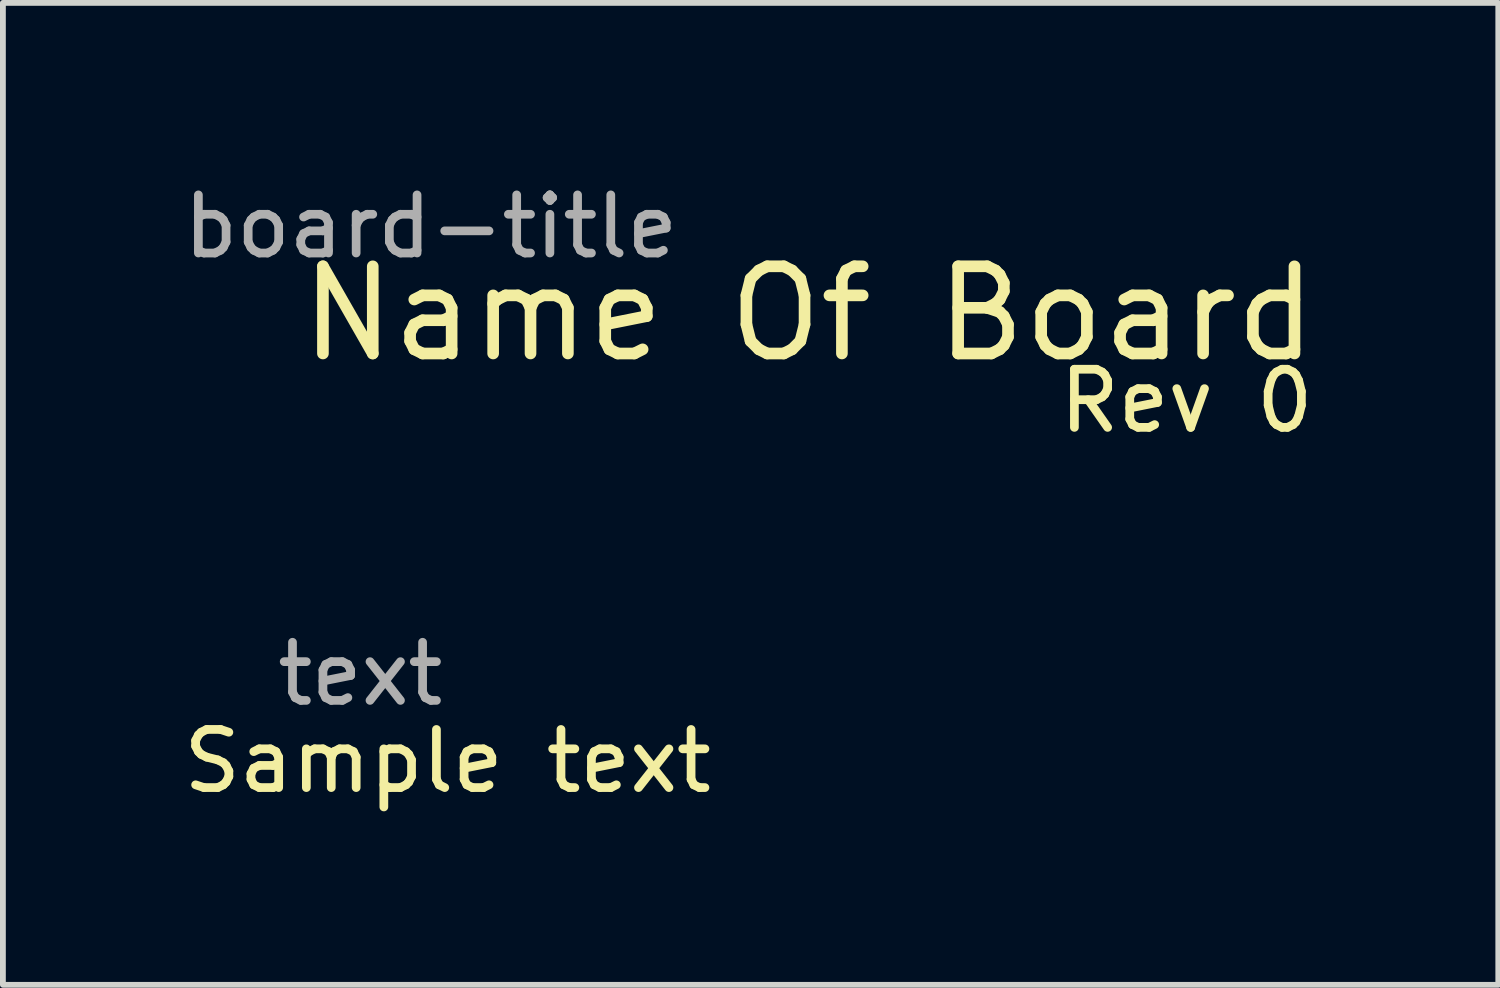
<source format=kicad_pcb>
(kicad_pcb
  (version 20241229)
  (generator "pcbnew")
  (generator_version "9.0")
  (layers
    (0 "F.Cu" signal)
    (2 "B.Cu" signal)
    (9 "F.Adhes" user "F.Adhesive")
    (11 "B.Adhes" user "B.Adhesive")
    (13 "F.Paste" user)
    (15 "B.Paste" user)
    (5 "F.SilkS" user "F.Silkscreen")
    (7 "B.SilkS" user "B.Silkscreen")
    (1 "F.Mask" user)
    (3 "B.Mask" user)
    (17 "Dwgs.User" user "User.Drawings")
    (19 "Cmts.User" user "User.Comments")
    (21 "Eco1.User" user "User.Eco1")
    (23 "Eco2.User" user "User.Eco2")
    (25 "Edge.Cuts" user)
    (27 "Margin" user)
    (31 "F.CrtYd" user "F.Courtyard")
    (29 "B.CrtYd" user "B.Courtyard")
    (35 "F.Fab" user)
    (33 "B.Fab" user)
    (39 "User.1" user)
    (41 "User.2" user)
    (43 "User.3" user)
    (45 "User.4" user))
  (footprint "board-title"
    (layer "F.Cu")
    (at 10.363 2.248)
    (property "Reference" "board-title" (at -6 -1.4 0) (layer "F.Fab") (effects (font (size 1 1) (thickness 0.15))))
    (attr through_hole)
    (fp_text user "YYYY-MM-DD" (at -2.8 1.6 0) (layer "F.Mask") (effects (font (size 1 1) (thickness 0.15))))
    (fp_text user "Name Of Board" (at 0.5 0.1 0) (layer "F.SilkS") (effects (font (size 1.5 1.5) (thickness 0.2))))
    (fp_text user "Rev 0" (at 7 1.6 0) (layer "F.SilkS") (effects (font (size 1 1) (thickness 0.15)))))
  (footprint "text"
    (layer "F.Cu")
    (at 4.649 10.045)
    (property "Reference" "text" (at -1.5 -1.5 0) (layer "F.Fab") (effects (font (size 1 1) (thickness 0.15))))
    (attr through_hole)
    (fp_text user "Sample text" (at 0 0 0) (layer "F.SilkS") (effects (font (size 1 1) (thickness 0.15)))))
  (gr_rect
    (start -3 -3)
    (end 22.727 13.893)
    (stroke (width 0.1) (type default))
    (fill no)
    (layer "Edge.Cuts")))
</source>
